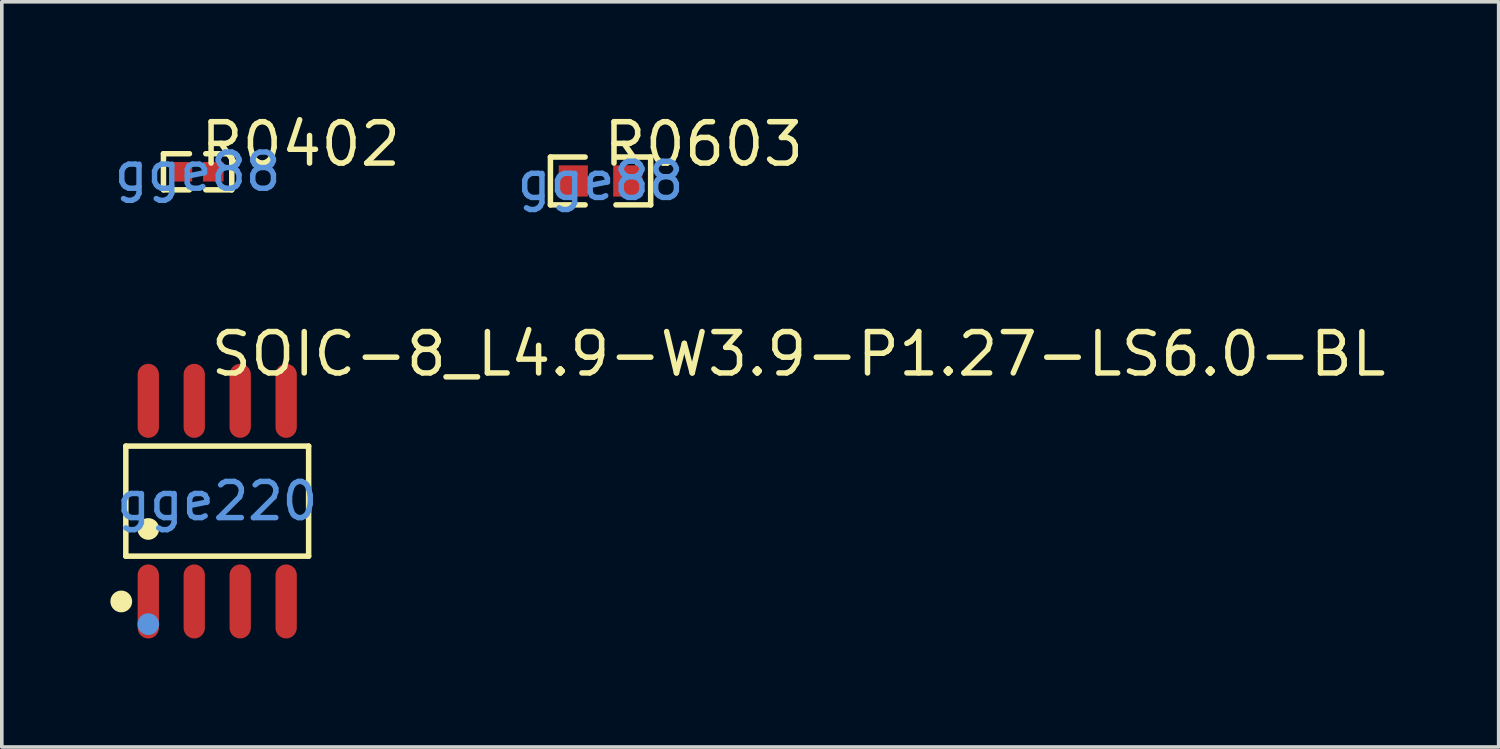
<source format=kicad_pcb>
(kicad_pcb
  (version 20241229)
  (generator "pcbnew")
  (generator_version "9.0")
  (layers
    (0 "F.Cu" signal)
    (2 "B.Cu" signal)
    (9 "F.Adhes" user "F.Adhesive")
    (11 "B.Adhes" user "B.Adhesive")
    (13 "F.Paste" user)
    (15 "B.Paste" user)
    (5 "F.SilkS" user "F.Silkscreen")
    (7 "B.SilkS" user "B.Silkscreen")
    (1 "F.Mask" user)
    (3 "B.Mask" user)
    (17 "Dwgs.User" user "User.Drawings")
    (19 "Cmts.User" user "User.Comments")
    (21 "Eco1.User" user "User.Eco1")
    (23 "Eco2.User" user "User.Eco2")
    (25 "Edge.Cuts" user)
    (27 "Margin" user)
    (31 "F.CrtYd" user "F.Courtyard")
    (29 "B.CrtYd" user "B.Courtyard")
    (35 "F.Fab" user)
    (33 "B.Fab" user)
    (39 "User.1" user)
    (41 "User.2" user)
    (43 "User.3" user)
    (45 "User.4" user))
  (footprint "SOIC-8_L4.9-W3.9-P1.27-LS6.0-BL"
    (layer "F.Cu")
    (at 2.953 10.799)
    (property "Reference" "SOIC-8_L4.9-W3.9-P1.27-LS6.0-BL" (at -0.254 -4.064 0) (layer "F.SilkS") (effects (font (size 1.143 1.143) (thickness 0.152)) (justify left)))
    (attr smd)
    (fp_line (start -2.526 -1.521) (end 2.526 -1.521) (stroke (width 0.152) (type solid)) (layer "F.SilkS"))
    (fp_line (start -2.526 1.521) (end -2.526 -1.521) (stroke (width 0.152) (type solid)) (layer "F.SilkS"))
    (fp_line (start 2.526 -1.521) (end 2.526 1.521) (stroke (width 0.152) (type solid)) (layer "F.SilkS"))
    (fp_line (start 2.526 1.521) (end -2.526 1.521) (stroke (width 0.152) (type solid)) (layer "F.SilkS"))
    (fp_circle (center -2.652 2.772) (end -2.501 2.772) (stroke (width 0.3) (type solid)) (fill no) (layer "F.SilkS"))
    (fp_circle (center -1.905 0.769) (end -1.755 0.769) (stroke (width 0.3) (type solid)) (fill no) (layer "F.SilkS"))
    (fp_circle (center -1.905 3.4) (end -1.755 3.4) (stroke (width 0.3) (type solid)) (fill no) (layer "Cmts.User"))
    (fp_text user "gge220" (at 0 0 0) (layer "Cmts.User") (effects (font (size 1 1) (thickness 0.15))))
    (pad "1" smd oval (at -1.905 2.772) (size 0.588 2.045) (layers "F.Cu" "F.Mask" "F.Paste"))
    (pad "2" smd oval (at -0.635 2.772) (size 0.588 2.045) (layers "F.Cu" "F.Mask" "F.Paste"))
    (pad "3" smd oval (at 0.635 2.772) (size 0.588 2.045) (layers "F.Cu" "F.Mask" "F.Paste"))
    (pad "4" smd oval (at 1.905 2.772) (size 0.588 2.045) (layers "F.Cu" "F.Mask" "F.Paste"))
    (pad "5" smd oval (at 1.905 -2.772) (size 0.588 2.045) (layers "F.Cu" "F.Mask" "F.Paste"))
    (pad "6" smd oval (at 0.635 -2.772) (size 0.588 2.045) (layers "F.Cu" "F.Mask" "F.Paste"))
    (pad "7" smd oval (at -0.635 -2.772) (size 0.588 2.045) (layers "F.Cu" "F.Mask" "F.Paste"))
    (pad "8" smd oval (at -1.905 -2.772) (size 0.588 2.045) (layers "F.Cu" "F.Mask" "F.Paste")))
  (footprint "R0402"
    (layer "F.Cu")
    (at 2.411 1.697)
    (property "Reference" "R0402" (at 0 -0.762 0) (layer "F.SilkS") (effects (font (size 1.143 1.143) (thickness 0.152)) (justify left)))
    (attr smd)
    (fp_line (start -0.944 -0.499) (end -0.226 -0.499) (stroke (width 0.152) (type solid)) (layer "F.SilkS"))
    (fp_line (start -0.944 0.499) (end -0.944 -0.499) (stroke (width 0.152) (type solid)) (layer "F.SilkS"))
    (fp_line (start -0.226 0.499) (end -0.944 0.499) (stroke (width 0.152) (type solid)) (layer "F.SilkS"))
    (fp_line (start 0.226 0.499) (end 0.944 0.499) (stroke (width 0.152) (type solid)) (layer "F.SilkS"))
    (fp_line (start 0.944 -0.499) (end 0.226 -0.499) (stroke (width 0.152) (type solid)) (layer "F.SilkS"))
    (fp_line (start 0.944 0.499) (end 0.944 -0.499) (stroke (width 0.152) (type solid)) (layer "F.SilkS"))
    (fp_poly (pts (xy -0.135 0.23) (xy -0.135 -0.23) (xy -0.175 -0.27) (xy -0.676 -0.27) (xy -0.716 -0.23) (xy -0.716 0.23) (xy -0.676 0.27) (xy -0.175 0.27)) (stroke (width 0) (type solid)) (fill yes) (layer "F.Paste"))
    (fp_poly (pts (xy 0.135 0.23) (xy 0.135 -0.23) (xy 0.175 -0.27) (xy 0.676 -0.27) (xy 0.716 -0.23) (xy 0.716 0.23) (xy 0.676 0.27) (xy 0.175 0.27)) (stroke (width 0) (type solid)) (fill yes) (layer "F.Paste"))
    (fp_text user "gge88" (at 0 0 0) (layer "Cmts.User") (effects (font (size 1 1) (thickness 0.15))))
    (pad "1" smd rect (at -0.433 0) (size 0.566 0.54) (layers "F.Cu" "F.Mask" "F.Paste"))
    (pad "2" smd rect (at 0.433 0) (size 0.566 0.54) (layers "F.Cu" "F.Mask" "F.Paste")))
  (footprint "R0603"
    (layer "F.Cu")
    (at 13.546 1.951)
    (property "Reference" "R0603" (at 0 -1.016 0) (layer "F.SilkS") (effects (font (size 1.143 1.143) (thickness 0.152)) (justify left)))
    (attr smd)
    (fp_line (start -1.385 -0.661) (end -0.426 -0.661) (stroke (width 0.152) (type solid)) (layer "F.SilkS"))
    (fp_line (start -1.385 0.661) (end -1.385 -0.661) (stroke (width 0.152) (type solid)) (layer "F.SilkS"))
    (fp_line (start -0.426 0.661) (end -1.385 0.661) (stroke (width 0.152) (type solid)) (layer "F.SilkS"))
    (fp_line (start 0.426 0.661) (end 1.385 0.661) (stroke (width 0.152) (type solid)) (layer "F.SilkS"))
    (fp_line (start 1.385 -0.661) (end 0.426 -0.661) (stroke (width 0.152) (type solid)) (layer "F.SilkS"))
    (fp_line (start 1.385 0.661) (end 1.385 -0.661) (stroke (width 0.152) (type solid)) (layer "F.SilkS"))
    (fp_poly (pts (xy -0.355 -0.4) (xy -0.355 -0.172) (xy -0.735 -0.172) (xy -0.735 0.158) (xy -0.355 0.158) (xy -0.355 0.4) (xy -0.405 0.45) (xy -1.195 0.45) (xy -1.245 0.4) (xy -1.245 -0.4) (xy -1.195 -0.45) (xy -0.405 -0.45)) (stroke (width 0) (type solid)) (fill yes) (layer "F.Paste"))
    (fp_poly (pts (xy 1.195 -0.45) (xy 0.395 -0.45) (xy 0.345 -0.4) (xy 0.345 -0.172) (xy 0.715 -0.172) (xy 0.715 0.158) (xy 0.345 0.158) (xy 0.345 0.4) (xy 0.395 0.45) (xy 1.195 0.45) (xy 1.245 0.4) (xy 1.245 -0.4)) (stroke (width 0) (type solid)) (fill yes) (layer "F.Paste"))
    (fp_text user "gge88" (at 0 0 0) (layer "Cmts.User") (effects (font (size 1 1) (thickness 0.15))))
    (pad "1" smd rect (at -0.753 0) (size 0.806 0.864) (layers "F.Cu" "F.Mask" "F.Paste"))
    (pad "2" smd rect (at 0.753 0) (size 0.806 0.864) (layers "F.Cu" "F.Mask" "F.Paste")))
  (gr_rect
    (start -3 -3)
    (end 38.366 17.594)
    (stroke (width 0.1) (type default))
    (fill no)
    (layer "Edge.Cuts")))
</source>
